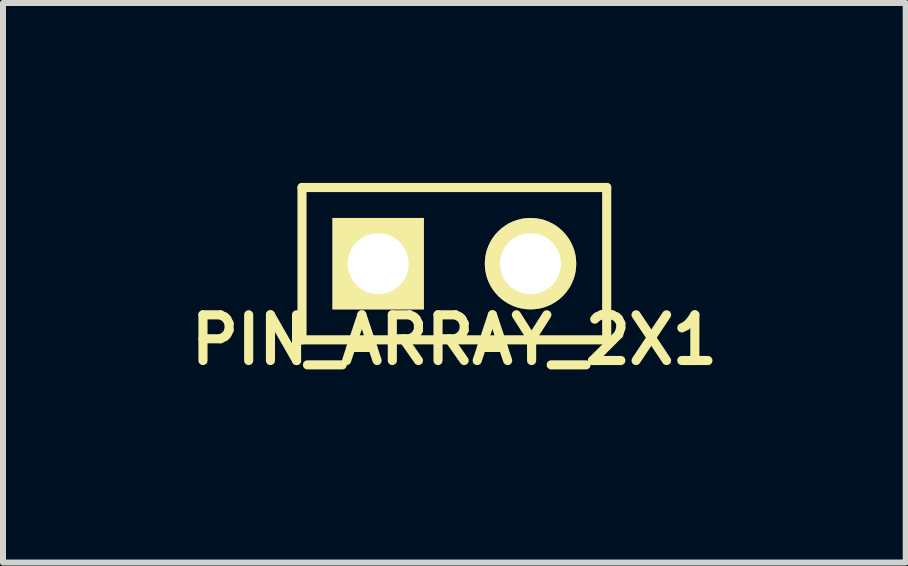
<source format=kicad_pcb>
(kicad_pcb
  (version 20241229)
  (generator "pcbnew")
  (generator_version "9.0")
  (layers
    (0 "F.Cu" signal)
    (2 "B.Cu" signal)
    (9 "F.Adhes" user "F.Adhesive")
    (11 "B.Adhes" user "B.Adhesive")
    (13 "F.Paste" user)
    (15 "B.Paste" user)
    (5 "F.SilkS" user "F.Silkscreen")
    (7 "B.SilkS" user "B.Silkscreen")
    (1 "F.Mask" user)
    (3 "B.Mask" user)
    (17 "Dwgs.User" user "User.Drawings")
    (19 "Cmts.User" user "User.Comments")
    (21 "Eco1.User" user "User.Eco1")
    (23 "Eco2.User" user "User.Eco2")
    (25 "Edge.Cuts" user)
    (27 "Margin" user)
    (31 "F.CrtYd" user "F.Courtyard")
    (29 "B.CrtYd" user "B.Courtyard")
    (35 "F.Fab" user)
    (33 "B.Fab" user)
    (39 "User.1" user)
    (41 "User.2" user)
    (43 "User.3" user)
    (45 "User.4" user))
  (footprint "PIN_ARRAY_2X1"
    (layer "F.Cu")
    (at 4.525 1.346)
    (property "Reference" "PIN_ARRAY_2X1" (at 0 1.27 0) (layer "F.SilkS") (effects (font (size 0.762 0.762) (thickness 0.152))))
    (attr through_hole)
    (fp_line (start -2.54 -1.27) (end 2.54 -1.27) (stroke (width 0.152) (type solid)) (layer "F.SilkS"))
    (fp_line (start -2.54 1.27) (end -2.54 -1.27) (stroke (width 0.152) (type solid)) (layer "F.SilkS"))
    (fp_line (start 2.54 -1.27) (end 2.54 1.27) (stroke (width 0.152) (type solid)) (layer "F.SilkS"))
    (fp_line (start 2.54 1.27) (end -2.54 1.27) (stroke (width 0.152) (type solid)) (layer "F.SilkS"))
    (pad "1" thru_hole rect (at -1.27 0) (size 1.524 1.524) (drill 1.016) (layers "*.Cu" "*.Mask" "F.SilkS"))
    (pad "2" thru_hole circle (at 1.27 0) (size 1.524 1.524) (drill 1.016) (layers "*.Cu" "*.Mask" "F.SilkS")))
  (gr_rect
    (start -3 -3)
    (end 12.05 6.329)
    (stroke (width 0.1) (type default))
    (fill no)
    (layer "Edge.Cuts")))
</source>
